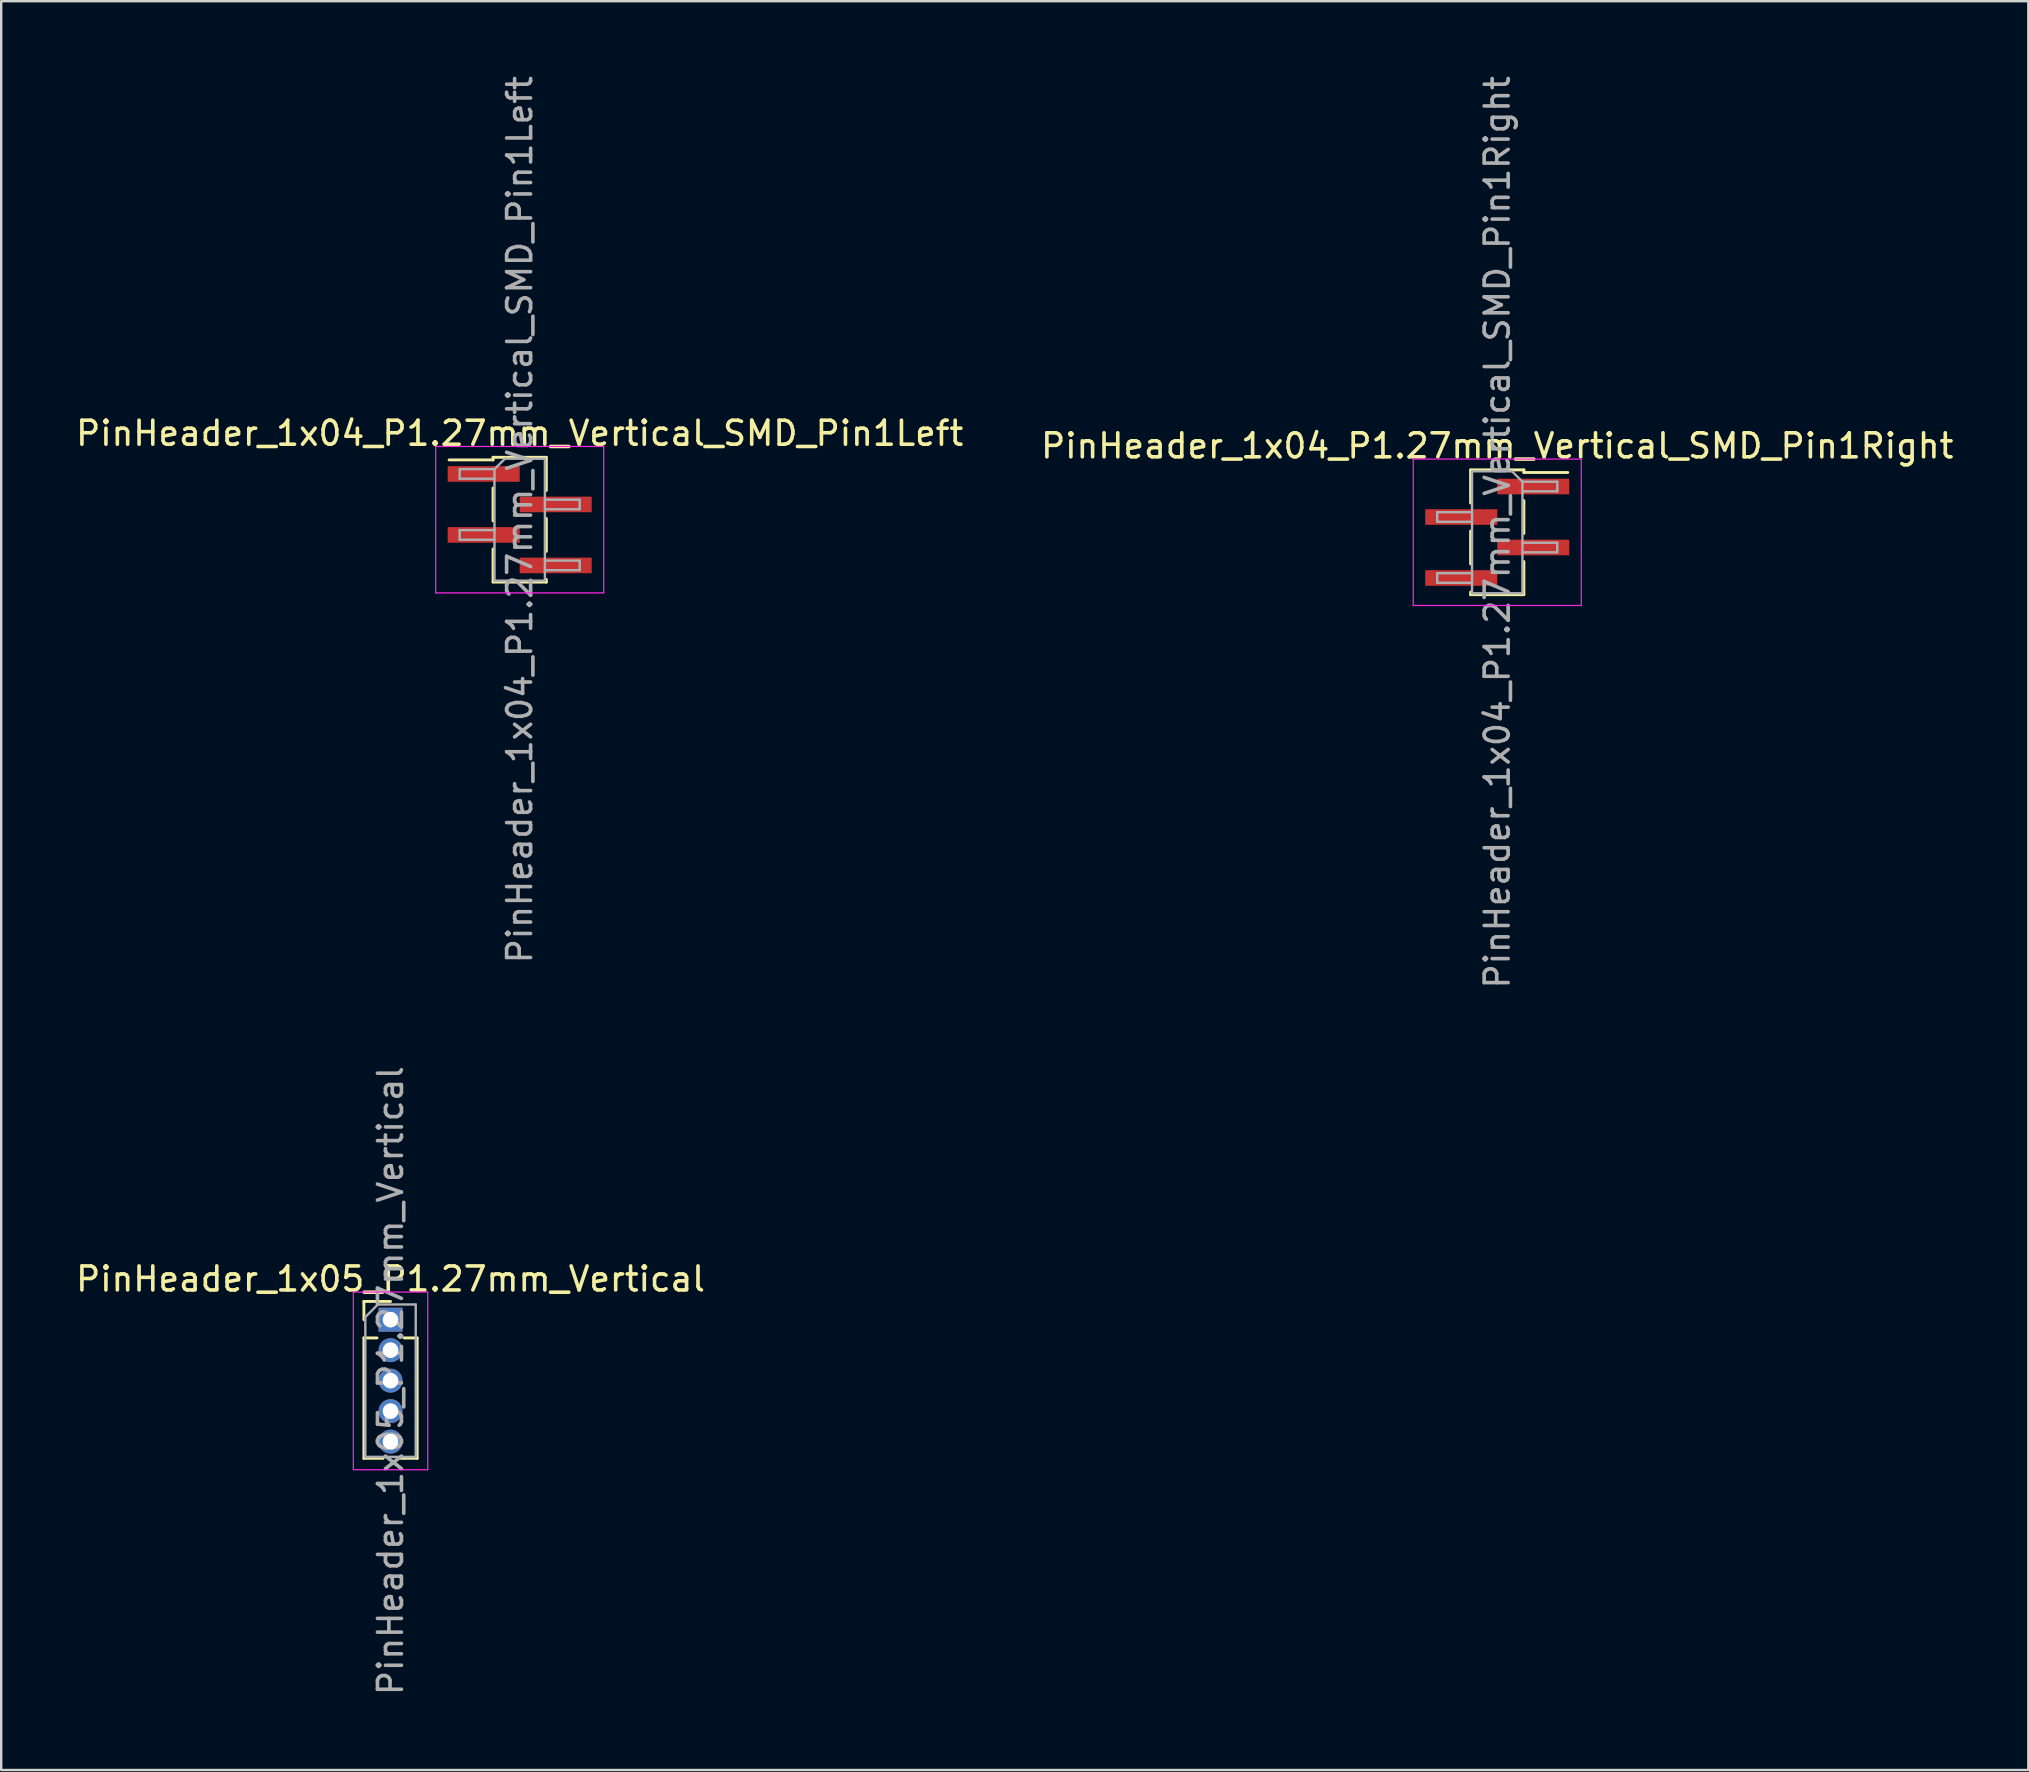
<source format=kicad_pcb>
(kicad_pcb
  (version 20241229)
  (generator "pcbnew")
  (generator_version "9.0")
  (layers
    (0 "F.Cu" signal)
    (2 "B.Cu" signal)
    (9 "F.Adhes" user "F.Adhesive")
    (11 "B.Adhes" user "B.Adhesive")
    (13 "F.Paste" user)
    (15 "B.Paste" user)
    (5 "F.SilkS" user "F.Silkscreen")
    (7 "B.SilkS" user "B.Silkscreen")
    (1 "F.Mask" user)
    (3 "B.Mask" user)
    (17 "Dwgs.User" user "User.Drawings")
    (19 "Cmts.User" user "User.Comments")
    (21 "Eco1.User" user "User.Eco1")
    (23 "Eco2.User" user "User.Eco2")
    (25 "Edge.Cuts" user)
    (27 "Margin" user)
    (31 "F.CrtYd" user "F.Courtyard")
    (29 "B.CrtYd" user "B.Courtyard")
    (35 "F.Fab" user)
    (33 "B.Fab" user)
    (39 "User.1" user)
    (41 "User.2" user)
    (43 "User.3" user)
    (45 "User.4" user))
  (footprint "PinHeader_1x04_P1.27mm_Vertical_SMD_Pin1Right"
    (layer "F.Cu")
    (at 59.327 19.125)
    (property "Reference" "PinHeader_1x04_P1.27mm_Vertical_SMD_Pin1Right" (at 0 -3.6 0) (layer "F.SilkS") (effects (font (size 1 1) (thickness 0.15))))
    (attr smd)
    (fp_line (start -1.11 -2.6) (end 1.11 -2.6) (stroke (width 0.12) (type solid)) (layer "F.SilkS"))
    (fp_line (start -1.11 -2.59) (end -1.11 -1.22) (stroke (width 0.12) (type solid)) (layer "F.SilkS"))
    (fp_line (start -1.11 -0.05) (end -1.11 1.32) (stroke (width 0.12) (type solid)) (layer "F.SilkS"))
    (fp_line (start -1.11 2.49) (end -1.11 2.6) (stroke (width 0.12) (type solid)) (layer "F.SilkS"))
    (fp_line (start -1.11 2.6) (end 1.11 2.6) (stroke (width 0.12) (type solid)) (layer "F.SilkS"))
    (fp_line (start 1.11 -2.6) (end 1.11 -2.49) (stroke (width 0.12) (type solid)) (layer "F.SilkS"))
    (fp_line (start 1.11 -2.49) (end 2.94 -2.49) (stroke (width 0.12) (type solid)) (layer "F.SilkS"))
    (fp_line (start 1.11 -1.32) (end 1.11 0.05) (stroke (width 0.12) (type solid)) (layer "F.SilkS"))
    (fp_line (start 1.11 1.22) (end 1.11 2.59) (stroke (width 0.12) (type solid)) (layer "F.SilkS"))
    (fp_line (start -3.5 -3.05) (end -3.5 3.05) (stroke (width 0.05) (type solid)) (layer "F.CrtYd"))
    (fp_line (start -3.5 3.05) (end 3.5 3.05) (stroke (width 0.05) (type solid)) (layer "F.CrtYd"))
    (fp_line (start 3.5 -3.05) (end -3.5 -3.05) (stroke (width 0.05) (type solid)) (layer "F.CrtYd"))
    (fp_line (start 3.5 3.05) (end 3.5 -3.05) (stroke (width 0.05) (type solid)) (layer "F.CrtYd"))
    (fp_line (start -2.5 -0.835) (end -2.5 -0.435) (stroke (width 0.1) (type solid)) (layer "F.Fab"))
    (fp_line (start -2.5 -0.435) (end -1.05 -0.435) (stroke (width 0.1) (type solid)) (layer "F.Fab"))
    (fp_line (start -2.5 1.705) (end -2.5 2.105) (stroke (width 0.1) (type solid)) (layer "F.Fab"))
    (fp_line (start -2.5 2.105) (end -1.05 2.105) (stroke (width 0.1) (type solid)) (layer "F.Fab"))
    (fp_line (start -1.05 -2.54) (end -1.05 2.54) (stroke (width 0.1) (type solid)) (layer "F.Fab"))
    (fp_line (start -1.05 -2.54) (end 0.615 -2.54) (stroke (width 0.1) (type solid)) (layer "F.Fab"))
    (fp_line (start -1.05 -0.835) (end -2.5 -0.835) (stroke (width 0.1) (type solid)) (layer "F.Fab"))
    (fp_line (start -1.05 1.705) (end -2.5 1.705) (stroke (width 0.1) (type solid)) (layer "F.Fab"))
    (fp_line (start 1.05 -2.105) (end 0.615 -2.54) (stroke (width 0.1) (type solid)) (layer "F.Fab"))
    (fp_line (start 1.05 -2.105) (end 2.5 -2.105) (stroke (width 0.1) (type solid)) (layer "F.Fab"))
    (fp_line (start 1.05 0.435) (end 2.5 0.435) (stroke (width 0.1) (type solid)) (layer "F.Fab"))
    (fp_line (start 1.05 2.54) (end -1.05 2.54) (stroke (width 0.1) (type solid)) (layer "F.Fab"))
    (fp_line (start 1.05 2.54) (end 1.05 -2.105) (stroke (width 0.1) (type solid)) (layer "F.Fab"))
    (fp_line (start 2.5 -2.105) (end 2.5 -1.705) (stroke (width 0.1) (type solid)) (layer "F.Fab"))
    (fp_line (start 2.5 -1.705) (end 1.05 -1.705) (stroke (width 0.1) (type solid)) (layer "F.Fab"))
    (fp_line (start 2.5 0.435) (end 2.5 0.835) (stroke (width 0.1) (type solid)) (layer "F.Fab"))
    (fp_line (start 2.5 0.835) (end 1.05 0.835) (stroke (width 0.1) (type solid)) (layer "F.Fab"))
    (fp_text user "${REFERENCE}" (at 0 0 90) (layer "F.Fab") (effects (font (size 1 1) (thickness 0.15))))
    (pad "1" smd rect (at 1.5 -1.905) (size 3 0.65) (layers "F.Cu" "F.Mask" "F.Paste"))
    (pad "2" smd rect (at -1.5 -0.635) (size 3 0.65) (layers "F.Cu" "F.Mask" "F.Paste"))
    (pad "3" smd rect (at 1.5 0.635) (size 3 0.65) (layers "F.Cu" "F.Mask" "F.Paste"))
    (pad "4" smd rect (at -1.5 1.905) (size 3 0.65) (layers "F.Cu" "F.Mask" "F.Paste")))
  (footprint "PinHeader_1x05_P1.27mm_Vertical"
    (layer "F.Cu")
    (at 13.22 51.93)
    (property "Reference" "PinHeader_1x05_P1.27mm_Vertical" (at 0 -1.695 0) (layer "F.SilkS") (effects (font (size 1 1) (thickness 0.15))))
    (attr through_hole)
    (fp_line (start -1.11 -0.76) (end 0 -0.76) (stroke (width 0.12) (type solid)) (layer "F.SilkS"))
    (fp_line (start -1.11 0) (end -1.11 -0.76) (stroke (width 0.12) (type solid)) (layer "F.SilkS"))
    (fp_line (start -1.11 0.76) (end -1.11 5.775) (stroke (width 0.12) (type solid)) (layer "F.SilkS"))
    (fp_line (start -1.11 0.76) (end -0.563 0.76) (stroke (width 0.12) (type solid)) (layer "F.SilkS"))
    (fp_line (start -1.11 5.775) (end -0.308 5.775) (stroke (width 0.12) (type solid)) (layer "F.SilkS"))
    (fp_line (start 0.308 5.775) (end 1.11 5.775) (stroke (width 0.12) (type solid)) (layer "F.SilkS"))
    (fp_line (start 0.563 0.76) (end 1.11 0.76) (stroke (width 0.12) (type solid)) (layer "F.SilkS"))
    (fp_line (start 1.11 0.76) (end 1.11 5.775) (stroke (width 0.12) (type solid)) (layer "F.SilkS"))
    (fp_line (start -1.55 -1.15) (end -1.55 6.25) (stroke (width 0.05) (type solid)) (layer "F.CrtYd"))
    (fp_line (start -1.55 6.25) (end 1.55 6.25) (stroke (width 0.05) (type solid)) (layer "F.CrtYd"))
    (fp_line (start 1.55 -1.15) (end -1.55 -1.15) (stroke (width 0.05) (type solid)) (layer "F.CrtYd"))
    (fp_line (start 1.55 6.25) (end 1.55 -1.15) (stroke (width 0.05) (type solid)) (layer "F.CrtYd"))
    (fp_line (start -1.05 -0.11) (end -0.525 -0.635) (stroke (width 0.1) (type solid)) (layer "F.Fab"))
    (fp_line (start -1.05 5.715) (end -1.05 -0.11) (stroke (width 0.1) (type solid)) (layer "F.Fab"))
    (fp_line (start -0.525 -0.635) (end 1.05 -0.635) (stroke (width 0.1) (type solid)) (layer "F.Fab"))
    (fp_line (start 1.05 -0.635) (end 1.05 5.715) (stroke (width 0.1) (type solid)) (layer "F.Fab"))
    (fp_line (start 1.05 5.715) (end -1.05 5.715) (stroke (width 0.1) (type solid)) (layer "F.Fab"))
    (fp_text user "${REFERENCE}" (at 0 2.54 90) (layer "F.Fab") (effects (font (size 1 1) (thickness 0.15))))
    (pad "1" thru_hole rect (at 0 0) (size 1 1) (drill 0.65) (layers "*.Cu" "*.Mask"))
    (pad "2" thru_hole oval (at 0 1.27) (size 1 1) (drill 0.65) (layers "*.Cu" "*.Mask"))
    (pad "3" thru_hole oval (at 0 2.54) (size 1 1) (drill 0.65) (layers "*.Cu" "*.Mask"))
    (pad "4" thru_hole oval (at 0 3.81) (size 1 1) (drill 0.65) (layers "*.Cu" "*.Mask"))
    (pad "5" thru_hole oval (at 0 5.08) (size 1 1) (drill 0.65) (layers "*.Cu" "*.Mask")))
  (footprint "PinHeader_1x04_P1.27mm_Vertical_SMD_Pin1Left"
    (layer "F.Cu")
    (at 18.601 18.601)
    (property "Reference" "PinHeader_1x04_P1.27mm_Vertical_SMD_Pin1Left" (at 0 -3.6 0) (layer "F.SilkS") (effects (font (size 1 1) (thickness 0.15))))
    (attr smd)
    (fp_line (start -1.11 -2.6) (end -1.11 -2.49) (stroke (width 0.12) (type solid)) (layer "F.SilkS"))
    (fp_line (start -1.11 -2.6) (end 1.11 -2.6) (stroke (width 0.12) (type solid)) (layer "F.SilkS"))
    (fp_line (start -1.11 -2.49) (end -2.94 -2.49) (stroke (width 0.12) (type solid)) (layer "F.SilkS"))
    (fp_line (start -1.11 -1.32) (end -1.11 0.05) (stroke (width 0.12) (type solid)) (layer "F.SilkS"))
    (fp_line (start -1.11 1.22) (end -1.11 2.59) (stroke (width 0.12) (type solid)) (layer "F.SilkS"))
    (fp_line (start -1.11 2.6) (end 1.11 2.6) (stroke (width 0.12) (type solid)) (layer "F.SilkS"))
    (fp_line (start 1.11 -2.59) (end 1.11 -1.22) (stroke (width 0.12) (type solid)) (layer "F.SilkS"))
    (fp_line (start 1.11 -0.05) (end 1.11 1.32) (stroke (width 0.12) (type solid)) (layer "F.SilkS"))
    (fp_line (start 1.11 2.49) (end 1.11 2.6) (stroke (width 0.12) (type solid)) (layer "F.SilkS"))
    (fp_line (start -3.5 -3.05) (end -3.5 3.05) (stroke (width 0.05) (type solid)) (layer "F.CrtYd"))
    (fp_line (start -3.5 3.05) (end 3.5 3.05) (stroke (width 0.05) (type solid)) (layer "F.CrtYd"))
    (fp_line (start 3.5 -3.05) (end -3.5 -3.05) (stroke (width 0.05) (type solid)) (layer "F.CrtYd"))
    (fp_line (start 3.5 3.05) (end 3.5 -3.05) (stroke (width 0.05) (type solid)) (layer "F.CrtYd"))
    (fp_line (start -2.5 -2.105) (end -2.5 -1.705) (stroke (width 0.1) (type solid)) (layer "F.Fab"))
    (fp_line (start -2.5 -1.705) (end -1.05 -1.705) (stroke (width 0.1) (type solid)) (layer "F.Fab"))
    (fp_line (start -2.5 0.435) (end -2.5 0.835) (stroke (width 0.1) (type solid)) (layer "F.Fab"))
    (fp_line (start -2.5 0.835) (end -1.05 0.835) (stroke (width 0.1) (type solid)) (layer "F.Fab"))
    (fp_line (start -1.05 -2.105) (end -2.5 -2.105) (stroke (width 0.1) (type solid)) (layer "F.Fab"))
    (fp_line (start -1.05 -2.105) (end -0.615 -2.54) (stroke (width 0.1) (type solid)) (layer "F.Fab"))
    (fp_line (start -1.05 0.435) (end -2.5 0.435) (stroke (width 0.1) (type solid)) (layer "F.Fab"))
    (fp_line (start -1.05 2.54) (end -1.05 -2.105) (stroke (width 0.1) (type solid)) (layer "F.Fab"))
    (fp_line (start -0.615 -2.54) (end 1.05 -2.54) (stroke (width 0.1) (type solid)) (layer "F.Fab"))
    (fp_line (start 1.05 -2.54) (end 1.05 2.54) (stroke (width 0.1) (type solid)) (layer "F.Fab"))
    (fp_line (start 1.05 -0.835) (end 2.5 -0.835) (stroke (width 0.1) (type solid)) (layer "F.Fab"))
    (fp_line (start 1.05 1.705) (end 2.5 1.705) (stroke (width 0.1) (type solid)) (layer "F.Fab"))
    (fp_line (start 1.05 2.54) (end -1.05 2.54) (stroke (width 0.1) (type solid)) (layer "F.Fab"))
    (fp_line (start 2.5 -0.835) (end 2.5 -0.435) (stroke (width 0.1) (type solid)) (layer "F.Fab"))
    (fp_line (start 2.5 -0.435) (end 1.05 -0.435) (stroke (width 0.1) (type solid)) (layer "F.Fab"))
    (fp_line (start 2.5 1.705) (end 2.5 2.105) (stroke (width 0.1) (type solid)) (layer "F.Fab"))
    (fp_line (start 2.5 2.105) (end 1.05 2.105) (stroke (width 0.1) (type solid)) (layer "F.Fab"))
    (fp_text user "${REFERENCE}" (at 0 0 90) (layer "F.Fab") (effects (font (size 1 1) (thickness 0.15))))
    (pad "1" smd rect (at -1.5 -1.905) (size 3 0.65) (layers "F.Cu" "F.Mask" "F.Paste"))
    (pad "2" smd rect (at 1.5 -0.635) (size 3 0.65) (layers "F.Cu" "F.Mask" "F.Paste"))
    (pad "3" smd rect (at -1.5 0.635) (size 3 0.65) (layers "F.Cu" "F.Mask" "F.Paste"))
    (pad "4" smd rect (at 1.5 1.905) (size 3 0.65) (layers "F.Cu" "F.Mask" "F.Paste")))
  (gr_rect
    (start -3 -3)
    (end 81.452 70.69)
    (stroke (width 0.1) (type default))
    (fill no)
    (layer "Edge.Cuts")))
</source>
